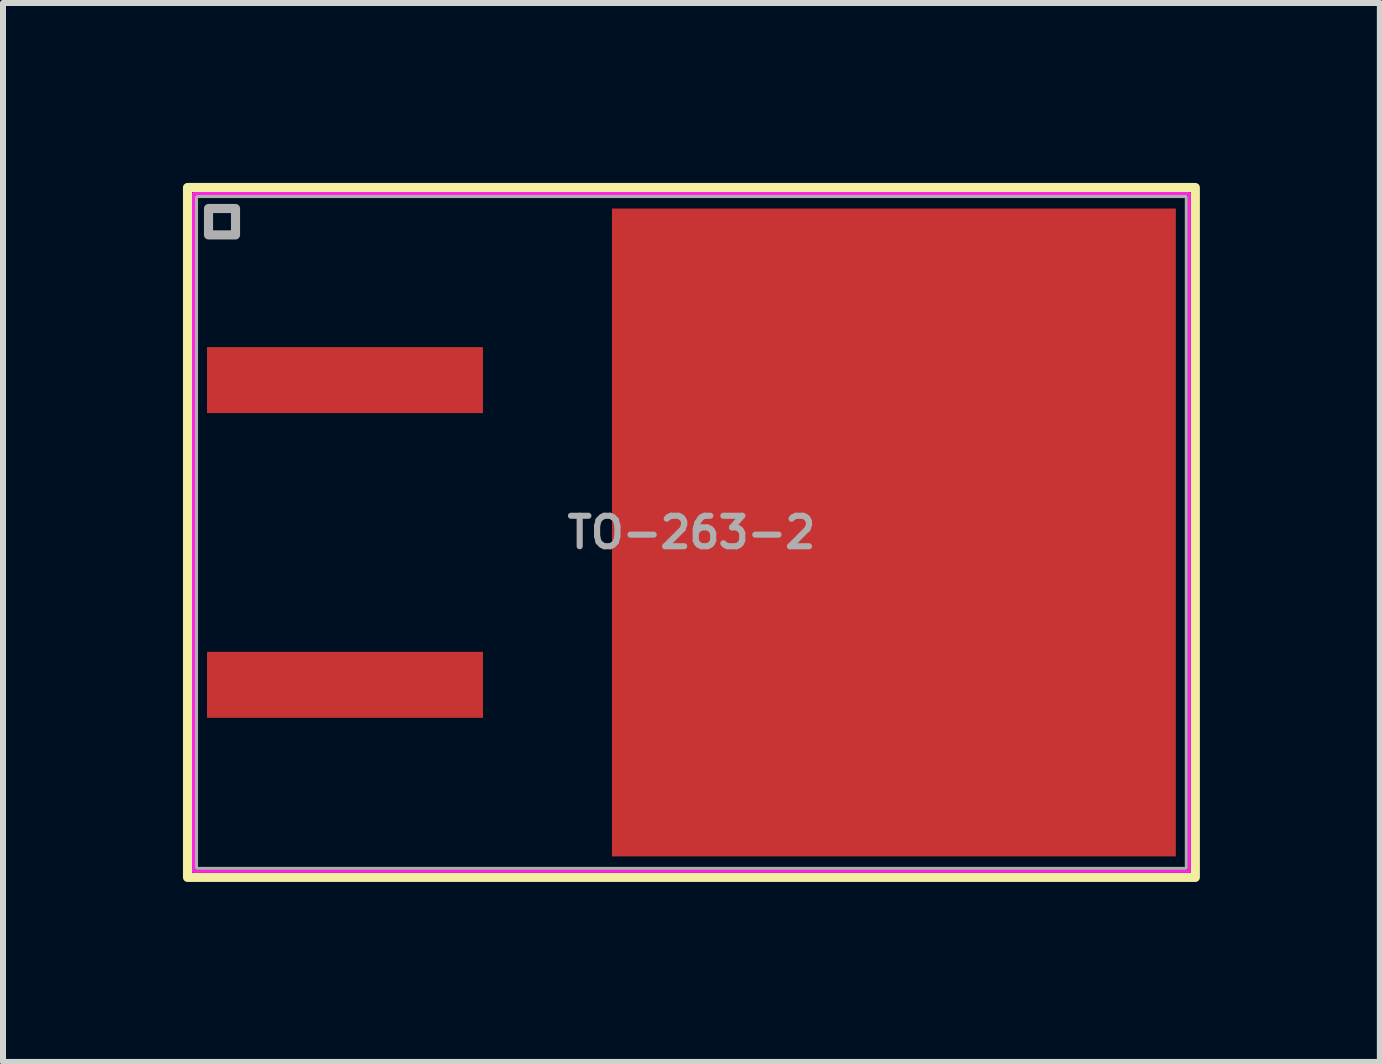
<source format=kicad_pcb>
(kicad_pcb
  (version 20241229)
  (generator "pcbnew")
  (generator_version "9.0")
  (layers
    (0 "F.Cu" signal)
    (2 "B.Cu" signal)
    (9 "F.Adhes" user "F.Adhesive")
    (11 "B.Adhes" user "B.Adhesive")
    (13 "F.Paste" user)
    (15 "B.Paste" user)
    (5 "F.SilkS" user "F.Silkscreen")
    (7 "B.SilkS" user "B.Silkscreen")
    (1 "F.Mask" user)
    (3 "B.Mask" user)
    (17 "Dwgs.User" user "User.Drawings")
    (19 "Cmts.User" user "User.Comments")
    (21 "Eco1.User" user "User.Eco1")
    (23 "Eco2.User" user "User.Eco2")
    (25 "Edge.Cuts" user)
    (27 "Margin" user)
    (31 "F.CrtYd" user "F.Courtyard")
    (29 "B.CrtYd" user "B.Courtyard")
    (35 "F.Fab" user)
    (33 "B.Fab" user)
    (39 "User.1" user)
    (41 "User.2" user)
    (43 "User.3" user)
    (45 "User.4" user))
  (footprint "TO-263-2"
    (layer "F.Cu")
    (at 8.476 5.826)
    (property "Reference" "TO-263-2" (at 0 0 0) (layer "F.Fab") (effects (font (size 0.508 0.508) (thickness 0.102))))
    (attr smd)
    (fp_rect (start -8.4 -5.75) (end 8.4 5.75) (stroke (width 0.152) (type solid)) (fill no) (layer "F.SilkS"))
    (fp_rect (start -8.3 -5.65) (end 8.3 5.65) (stroke (width 0.05) (type solid)) (fill no) (layer "F.CrtYd"))
    (fp_rect (start -8.25 -5.6) (end 8.25 5.6) (stroke (width 0.051) (type solid)) (fill no) (layer "F.Fab"))
    (fp_rect (start -8.05 -4.96) (end -7.6 -5.4) (stroke (width 0.152) (type solid)) (fill no) (layer "F.Fab"))
    (pad "" smd rect (at 0.95 -2.775) (size 4.55 5.25) (layers "F.Paste"))
    (pad "" smd rect (at 0.95 2.775) (size 4.55 5.25) (layers "F.Paste"))
    (pad "" smd rect (at 5.8 -2.775) (size 4.55 5.25) (layers "F.Paste"))
    (pad "" smd rect (at 5.8 2.775) (size 4.55 5.25) (layers "F.Paste"))
    (pad "1" smd rect (at -5.775 -2.54) (size 4.6 1.1) (layers "F.Cu" "F.Mask" "F.Paste"))
    (pad "2" smd rect (at 3.375 0) (size 9.4 10.8) (layers "F.Cu" "F.Mask"))
    (pad "3" smd rect (at -5.775 2.54) (size 4.6 1.1) (layers "F.Cu" "F.Mask" "F.Paste")))
  (gr_rect
    (start -3 -3)
    (end 19.952 14.652)
    (stroke (width 0.1) (type default))
    (fill no)
    (layer "Edge.Cuts")))
</source>
